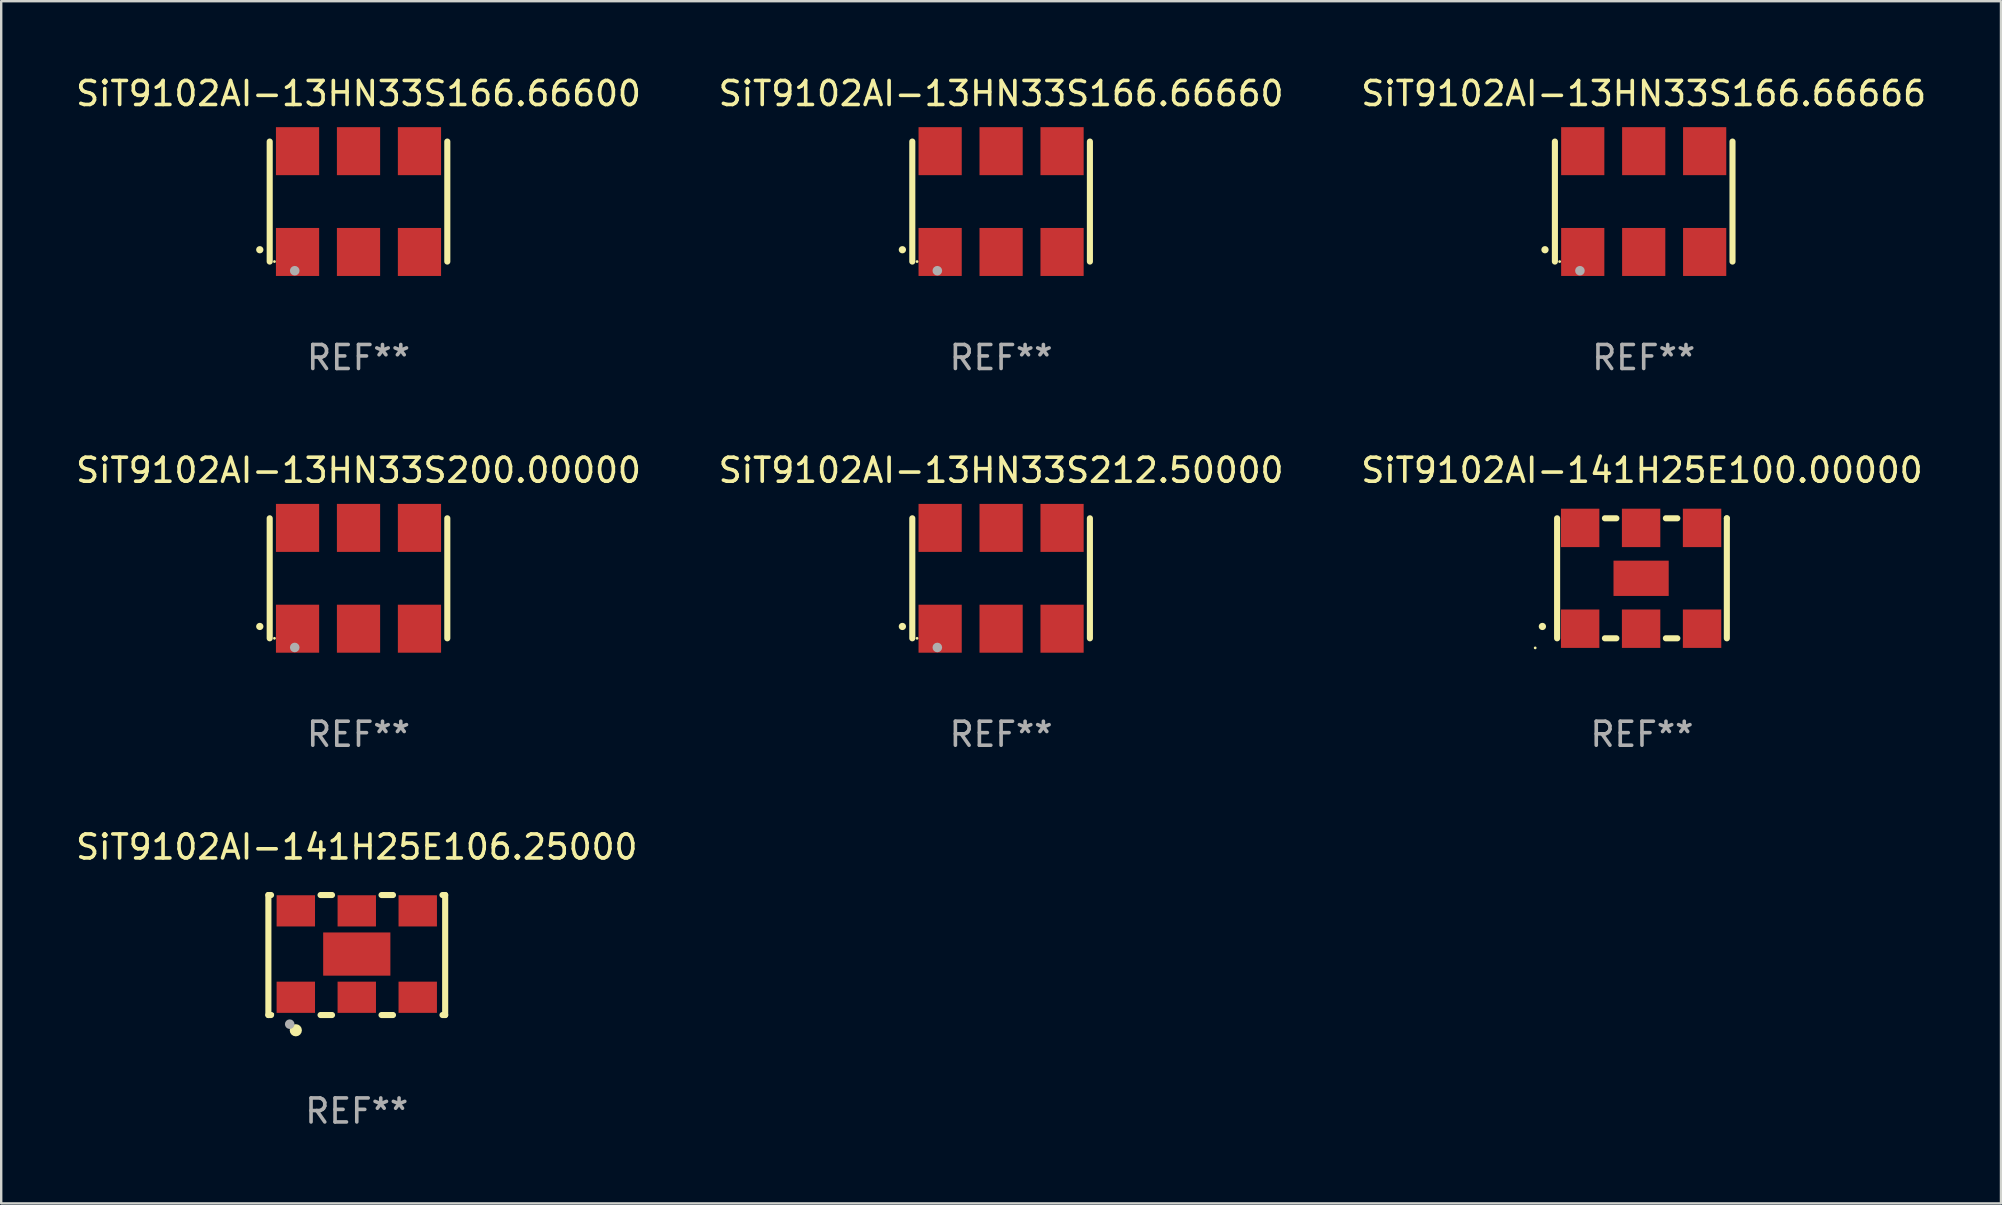
<source format=kicad_pcb>
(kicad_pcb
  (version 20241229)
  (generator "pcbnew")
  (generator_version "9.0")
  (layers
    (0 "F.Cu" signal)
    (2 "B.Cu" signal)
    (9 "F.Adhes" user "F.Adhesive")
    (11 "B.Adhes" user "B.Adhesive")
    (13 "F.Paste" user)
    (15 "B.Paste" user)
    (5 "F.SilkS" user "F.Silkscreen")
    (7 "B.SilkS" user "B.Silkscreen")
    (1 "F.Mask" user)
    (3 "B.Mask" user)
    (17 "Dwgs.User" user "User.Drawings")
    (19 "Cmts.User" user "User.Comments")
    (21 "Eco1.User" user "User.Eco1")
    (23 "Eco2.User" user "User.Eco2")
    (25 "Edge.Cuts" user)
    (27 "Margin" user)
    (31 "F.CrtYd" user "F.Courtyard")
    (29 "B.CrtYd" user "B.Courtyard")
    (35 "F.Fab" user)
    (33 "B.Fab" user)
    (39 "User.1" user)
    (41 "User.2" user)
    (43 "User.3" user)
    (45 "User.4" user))
  (footprint "SiT9102AI-13HN33S212.50000"
    (layer "F.Cu")
    (at 38.661 21.045)
    (property "Reference" "SiT9102AI-13HN33S212.50000" (at 0 -4.5 0) (layer "F.SilkS") (effects (font (size 1 1) (thickness 0.15))))
    (attr through_hole)
    (fp_line (start -3.7 -2.5) (end -3.7 2.5) (stroke (width 0.254) (type solid)) (layer "F.SilkS"))
    (fp_line (start 3.7 -2.5) (end 3.7 2.5) (stroke (width 0.254) (type solid)) (layer "F.SilkS"))
    (fp_arc (start -4.114415 2.006604) (mid -4.113145 2.006599) (end -4.111875 2.006604) (stroke (width 0.3) (type solid)) (layer "F.SilkS"))
    (fp_circle (center -3.502 2.5) (end -3.472 2.5) (stroke (width 0.06) (type solid)) (fill no) (layer "F.SilkS"))
    (fp_circle (center -2.657 2.882) (end -2.557 2.882) (stroke (width 0.2) (type solid)) (fill no) (layer "F.Fab"))
    (fp_text user "REF**" (at 0 6.5 0) (layer "F.Fab") (effects (font (size 1 1) (thickness 0.15))))
    (pad "1" smd rect (at -2.54 2.1) (size 1.8 2) (layers "F.Cu" "F.Mask" "F.Paste"))
    (pad "2" smd rect (at 0.000394 2.1) (size 1.8 2) (layers "F.Cu" "F.Mask" "F.Paste"))
    (pad "3" smd rect (at 2.54 2.1) (size 1.8 2) (layers "F.Cu" "F.Mask" "F.Paste"))
    (pad "4" smd rect (at 2.54 -2.1) (size 1.8 2) (layers "F.Cu" "F.Mask" "F.Paste"))
    (pad "5" smd rect (at 0.000394 -2.1) (size 1.8 2) (layers "F.Cu" "F.Mask" "F.Paste"))
    (pad "6" smd rect (at -2.54 -2.1) (size 1.8 2) (layers "F.Cu" "F.Mask" "F.Paste")))
  (footprint "SiT9102AI-13HN33S166.66666"
    (layer "F.Cu")
    (at 65.435 5.348)
    (property "Reference" "SiT9102AI-13HN33S166.66666" (at 0 -4.5 0) (layer "F.SilkS") (effects (font (size 1 1) (thickness 0.15))))
    (attr through_hole)
    (fp_line (start -3.7 -2.5) (end -3.7 2.5) (stroke (width 0.254) (type solid)) (layer "F.SilkS"))
    (fp_line (start 3.7 -2.5) (end 3.7 2.5) (stroke (width 0.254) (type solid)) (layer "F.SilkS"))
    (fp_arc (start -4.114415 2.006604) (mid -4.113145 2.006599) (end -4.111875 2.006604) (stroke (width 0.3) (type solid)) (layer "F.SilkS"))
    (fp_circle (center -3.502 2.5) (end -3.472 2.5) (stroke (width 0.06) (type solid)) (fill no) (layer "F.SilkS"))
    (fp_circle (center -2.657 2.882) (end -2.557 2.882) (stroke (width 0.2) (type solid)) (fill no) (layer "F.Fab"))
    (fp_text user "REF**" (at 0 6.5 0) (layer "F.Fab") (effects (font (size 1 1) (thickness 0.15))))
    (pad "1" smd rect (at -2.54 2.1) (size 1.8 2) (layers "F.Cu" "F.Mask" "F.Paste"))
    (pad "2" smd rect (at 0.000394 2.1) (size 1.8 2) (layers "F.Cu" "F.Mask" "F.Paste"))
    (pad "3" smd rect (at 2.54 2.1) (size 1.8 2) (layers "F.Cu" "F.Mask" "F.Paste"))
    (pad "4" smd rect (at 2.54 -2.1) (size 1.8 2) (layers "F.Cu" "F.Mask" "F.Paste"))
    (pad "5" smd rect (at 0.000394 -2.1) (size 1.8 2) (layers "F.Cu" "F.Mask" "F.Paste"))
    (pad "6" smd rect (at -2.54 -2.1) (size 1.8 2) (layers "F.Cu" "F.Mask" "F.Paste")))
  (footprint "SiT9102AI-141H25E100.00000"
    (layer "F.Cu")
    (at 65.363 21.045)
    (property "Reference" "SiT9102AI-141H25E100.00000" (at 0 -4.5 0) (layer "F.SilkS") (effects (font (size 1 1) (thickness 0.15))))
    (attr through_hole)
    (fp_line (start -3.536 -2.5) (end -3.536 2.5) (stroke (width 0.254) (type solid)) (layer "F.SilkS"))
    (fp_line (start -1.544 2.5) (end -1.067 2.5) (stroke (width 0.254) (type solid)) (layer "F.SilkS"))
    (fp_line (start -1.067 -2.5) (end -1.544 -2.5) (stroke (width 0.254) (type solid)) (layer "F.SilkS"))
    (fp_line (start 0.996 2.5) (end 1.473 2.5) (stroke (width 0.254) (type solid)) (layer "F.SilkS"))
    (fp_line (start 1.473 -2.5) (end 0.996 -2.5) (stroke (width 0.254) (type solid)) (layer "F.SilkS"))
    (fp_line (start 3.536 -2.5) (end 3.536 -2.5) (stroke (width 0.254) (type solid)) (layer "F.SilkS"))
    (fp_line (start 3.536 2.5) (end 3.536 -2.5) (stroke (width 0.254) (type solid)) (layer "F.SilkS"))
    (fp_arc (start -4.150432 2.006604) (mid -4.149162 2.006599) (end -4.147892 2.006604) (stroke (width 0.3) (type solid)) (layer "F.SilkS"))
    (fp_circle (center -4.449 2.9) (end -4.419 2.9) (stroke (width 0.06) (type solid)) (fill no) (layer "F.SilkS"))
    (fp_text user "REF**" (at 0 6.5 0) (layer "F.Fab") (effects (font (size 1 1) (thickness 0.15))))
    (pad "1" smd rect (at -2.576 2.1) (size 1.6 1.6) (layers "F.Cu" "F.Mask" "F.Paste"))
    (pad "2" smd rect (at -0.036 2.1) (size 1.6 1.6) (layers "F.Cu" "F.Mask" "F.Paste"))
    (pad "3" smd rect (at 2.504 2.1) (size 1.6 1.6) (layers "F.Cu" "F.Mask" "F.Paste"))
    (pad "4" smd rect (at 2.504 -2.1) (size 1.6 1.6) (layers "F.Cu" "F.Mask" "F.Paste"))
    (pad "5" smd rect (at -0.036 -2.1) (size 1.6 1.6) (layers "F.Cu" "F.Mask" "F.Paste"))
    (pad "6" smd rect (at -2.576 -2.1) (size 1.6 1.6) (layers "F.Cu" "F.Mask" "F.Paste"))
    (pad "7" smd rect (at -0.036 0) (size 2.3 1.47) (layers "F.Cu" "F.Mask" "F.Paste")))
  (footprint "SiT9102AI-13HN33S166.66660"
    (layer "F.Cu")
    (at 38.661 5.348)
    (property "Reference" "SiT9102AI-13HN33S166.66660" (at 0 -4.5 0) (layer "F.SilkS") (effects (font (size 1 1) (thickness 0.15))))
    (attr through_hole)
    (fp_line (start -3.7 -2.5) (end -3.7 2.5) (stroke (width 0.254) (type solid)) (layer "F.SilkS"))
    (fp_line (start 3.7 -2.5) (end 3.7 2.5) (stroke (width 0.254) (type solid)) (layer "F.SilkS"))
    (fp_arc (start -4.114415 2.006604) (mid -4.113145 2.006599) (end -4.111875 2.006604) (stroke (width 0.3) (type solid)) (layer "F.SilkS"))
    (fp_circle (center -3.502 2.5) (end -3.472 2.5) (stroke (width 0.06) (type solid)) (fill no) (layer "F.SilkS"))
    (fp_circle (center -2.657 2.882) (end -2.557 2.882) (stroke (width 0.2) (type solid)) (fill no) (layer "F.Fab"))
    (fp_text user "REF**" (at 0 6.5 0) (layer "F.Fab") (effects (font (size 1 1) (thickness 0.15))))
    (pad "1" smd rect (at -2.54 2.1) (size 1.8 2) (layers "F.Cu" "F.Mask" "F.Paste"))
    (pad "2" smd rect (at 0.000394 2.1) (size 1.8 2) (layers "F.Cu" "F.Mask" "F.Paste"))
    (pad "3" smd rect (at 2.54 2.1) (size 1.8 2) (layers "F.Cu" "F.Mask" "F.Paste"))
    (pad "4" smd rect (at 2.54 -2.1) (size 1.8 2) (layers "F.Cu" "F.Mask" "F.Paste"))
    (pad "5" smd rect (at 0.000394 -2.1) (size 1.8 2) (layers "F.Cu" "F.Mask" "F.Paste"))
    (pad "6" smd rect (at -2.54 -2.1) (size 1.8 2) (layers "F.Cu" "F.Mask" "F.Paste")))
  (footprint "SiT9102AI-13HN33S166.66600"
    (layer "F.Cu")
    (at 11.887 5.348)
    (property "Reference" "SiT9102AI-13HN33S166.66600" (at 0 -4.5 0) (layer "F.SilkS") (effects (font (size 1 1) (thickness 0.15))))
    (attr through_hole)
    (fp_line (start -3.7 -2.5) (end -3.7 2.5) (stroke (width 0.254) (type solid)) (layer "F.SilkS"))
    (fp_line (start 3.7 -2.5) (end 3.7 2.5) (stroke (width 0.254) (type solid)) (layer "F.SilkS"))
    (fp_arc (start -4.114415 2.006604) (mid -4.113145 2.006599) (end -4.111875 2.006604) (stroke (width 0.3) (type solid)) (layer "F.SilkS"))
    (fp_circle (center -3.502 2.5) (end -3.472 2.5) (stroke (width 0.06) (type solid)) (fill no) (layer "F.SilkS"))
    (fp_circle (center -2.657 2.882) (end -2.557 2.882) (stroke (width 0.2) (type solid)) (fill no) (layer "F.Fab"))
    (fp_text user "REF**" (at 0 6.5 0) (layer "F.Fab") (effects (font (size 1 1) (thickness 0.15))))
    (pad "1" smd rect (at -2.54 2.1) (size 1.8 2) (layers "F.Cu" "F.Mask" "F.Paste"))
    (pad "2" smd rect (at 0.000394 2.1) (size 1.8 2) (layers "F.Cu" "F.Mask" "F.Paste"))
    (pad "3" smd rect (at 2.54 2.1) (size 1.8 2) (layers "F.Cu" "F.Mask" "F.Paste"))
    (pad "4" smd rect (at 2.54 -2.1) (size 1.8 2) (layers "F.Cu" "F.Mask" "F.Paste"))
    (pad "5" smd rect (at 0.000394 -2.1) (size 1.8 2) (layers "F.Cu" "F.Mask" "F.Paste"))
    (pad "6" smd rect (at -2.54 -2.1) (size 1.8 2) (layers "F.Cu" "F.Mask" "F.Paste")))
  (footprint "SiT9102AI-141H25E106.25000"
    (layer "F.Cu")
    (at 11.815 36.741)
    (property "Reference" "SiT9102AI-141H25E106.25000" (at 0 -4.5 0) (layer "F.SilkS") (effects (font (size 1 1) (thickness 0.15))))
    (attr through_hole)
    (fp_line (start -3.683 -2.5) (end -3.571 -2.5) (stroke (width 0.254) (type solid)) (layer "F.SilkS"))
    (fp_line (start -3.683 2.5) (end -3.683 -2.5) (stroke (width 0.254) (type solid)) (layer "F.SilkS"))
    (fp_line (start -3.683 2.5) (end -3.571 2.5) (stroke (width 0.254) (type solid)) (layer "F.SilkS"))
    (fp_line (start -1.509 -2.5) (end -1.031 -2.5) (stroke (width 0.254) (type solid)) (layer "F.SilkS"))
    (fp_line (start -1.509 2.5) (end -1.031 2.5) (stroke (width 0.254) (type solid)) (layer "F.SilkS"))
    (fp_line (start 1.031 -2.5) (end 1.509 -2.5) (stroke (width 0.254) (type solid)) (layer "F.SilkS"))
    (fp_line (start 1.031 2.5) (end 1.509 2.5) (stroke (width 0.254) (type solid)) (layer "F.SilkS"))
    (fp_line (start 3.571 -2.5) (end 3.683 -2.5) (stroke (width 0.254) (type solid)) (layer "F.SilkS"))
    (fp_line (start 3.571 2.5) (end 3.683 2.5) (stroke (width 0.254) (type solid)) (layer "F.SilkS"))
    (fp_line (start 3.683 2.5) (end 3.683 -2.5) (stroke (width 0.254) (type solid)) (layer "F.SilkS"))
    (fp_circle (center -3.5 2.46) (end -3.47 2.46) (stroke (width 0.06) (type solid)) (fill no) (layer "F.SilkS"))
    (fp_circle (center -2.54 3.135) (end -2.413 3.135) (stroke (width 0.254) (type solid)) (fill no) (layer "F.SilkS"))
    (fp_circle (center -2.794 2.881) (end -2.694 2.881) (stroke (width 0.2) (type solid)) (fill no) (layer "F.Fab"))
    (fp_text user "REF**" (at 0 6.5 0) (layer "F.Fab") (effects (font (size 1 1) (thickness 0.15))))
    (pad "1" smd rect (at -2.54 1.76) (size 1.6 1.3) (layers "F.Cu" "F.Mask" "F.Paste"))
    (pad "2" smd rect (at 0 1.76) (size 1.6 1.3) (layers "F.Cu" "F.Mask" "F.Paste"))
    (pad "3" smd rect (at 2.54 1.76) (size 1.6 1.3) (layers "F.Cu" "F.Mask" "F.Paste"))
    (pad "4" smd rect (at 2.54 -1.84) (size 1.6 1.3) (layers "F.Cu" "F.Mask" "F.Paste"))
    (pad "5" smd rect (at 0 -1.84) (size 1.6 1.3) (layers "F.Cu" "F.Mask" "F.Paste"))
    (pad "6" smd rect (at -2.54 -1.84) (size 1.6 1.3) (layers "F.Cu" "F.Mask" "F.Paste"))
    (pad "7" smd rect (at 0 -0.04) (size 2.8 1.8) (layers "F.Cu" "F.Mask" "F.Paste")))
  (footprint "SiT9102AI-13HN33S200.00000"
    (layer "F.Cu")
    (at 11.887 21.045)
    (property "Reference" "SiT9102AI-13HN33S200.00000" (at 0 -4.5 0) (layer "F.SilkS") (effects (font (size 1 1) (thickness 0.15))))
    (attr through_hole)
    (fp_line (start -3.7 -2.5) (end -3.7 2.5) (stroke (width 0.254) (type solid)) (layer "F.SilkS"))
    (fp_line (start 3.7 -2.5) (end 3.7 2.5) (stroke (width 0.254) (type solid)) (layer "F.SilkS"))
    (fp_arc (start -4.114415 2.006604) (mid -4.113145 2.006599) (end -4.111875 2.006604) (stroke (width 0.3) (type solid)) (layer "F.SilkS"))
    (fp_circle (center -3.502 2.5) (end -3.472 2.5) (stroke (width 0.06) (type solid)) (fill no) (layer "F.SilkS"))
    (fp_circle (center -2.657 2.882) (end -2.557 2.882) (stroke (width 0.2) (type solid)) (fill no) (layer "F.Fab"))
    (fp_text user "REF**" (at 0 6.5 0) (layer "F.Fab") (effects (font (size 1 1) (thickness 0.15))))
    (pad "1" smd rect (at -2.54 2.1) (size 1.8 2) (layers "F.Cu" "F.Mask" "F.Paste"))
    (pad "2" smd rect (at 0.000394 2.1) (size 1.8 2) (layers "F.Cu" "F.Mask" "F.Paste"))
    (pad "3" smd rect (at 2.54 2.1) (size 1.8 2) (layers "F.Cu" "F.Mask" "F.Paste"))
    (pad "4" smd rect (at 2.54 -2.1) (size 1.8 2) (layers "F.Cu" "F.Mask" "F.Paste"))
    (pad "5" smd rect (at 0.000394 -2.1) (size 1.8 2) (layers "F.Cu" "F.Mask" "F.Paste"))
    (pad "6" smd rect (at -2.54 -2.1) (size 1.8 2) (layers "F.Cu" "F.Mask" "F.Paste")))
  (gr_rect
    (start -3 -3)
    (end 80.321 47.09)
    (stroke (width 0.1) (type default))
    (fill no)
    (layer "Edge.Cuts")))
</source>
